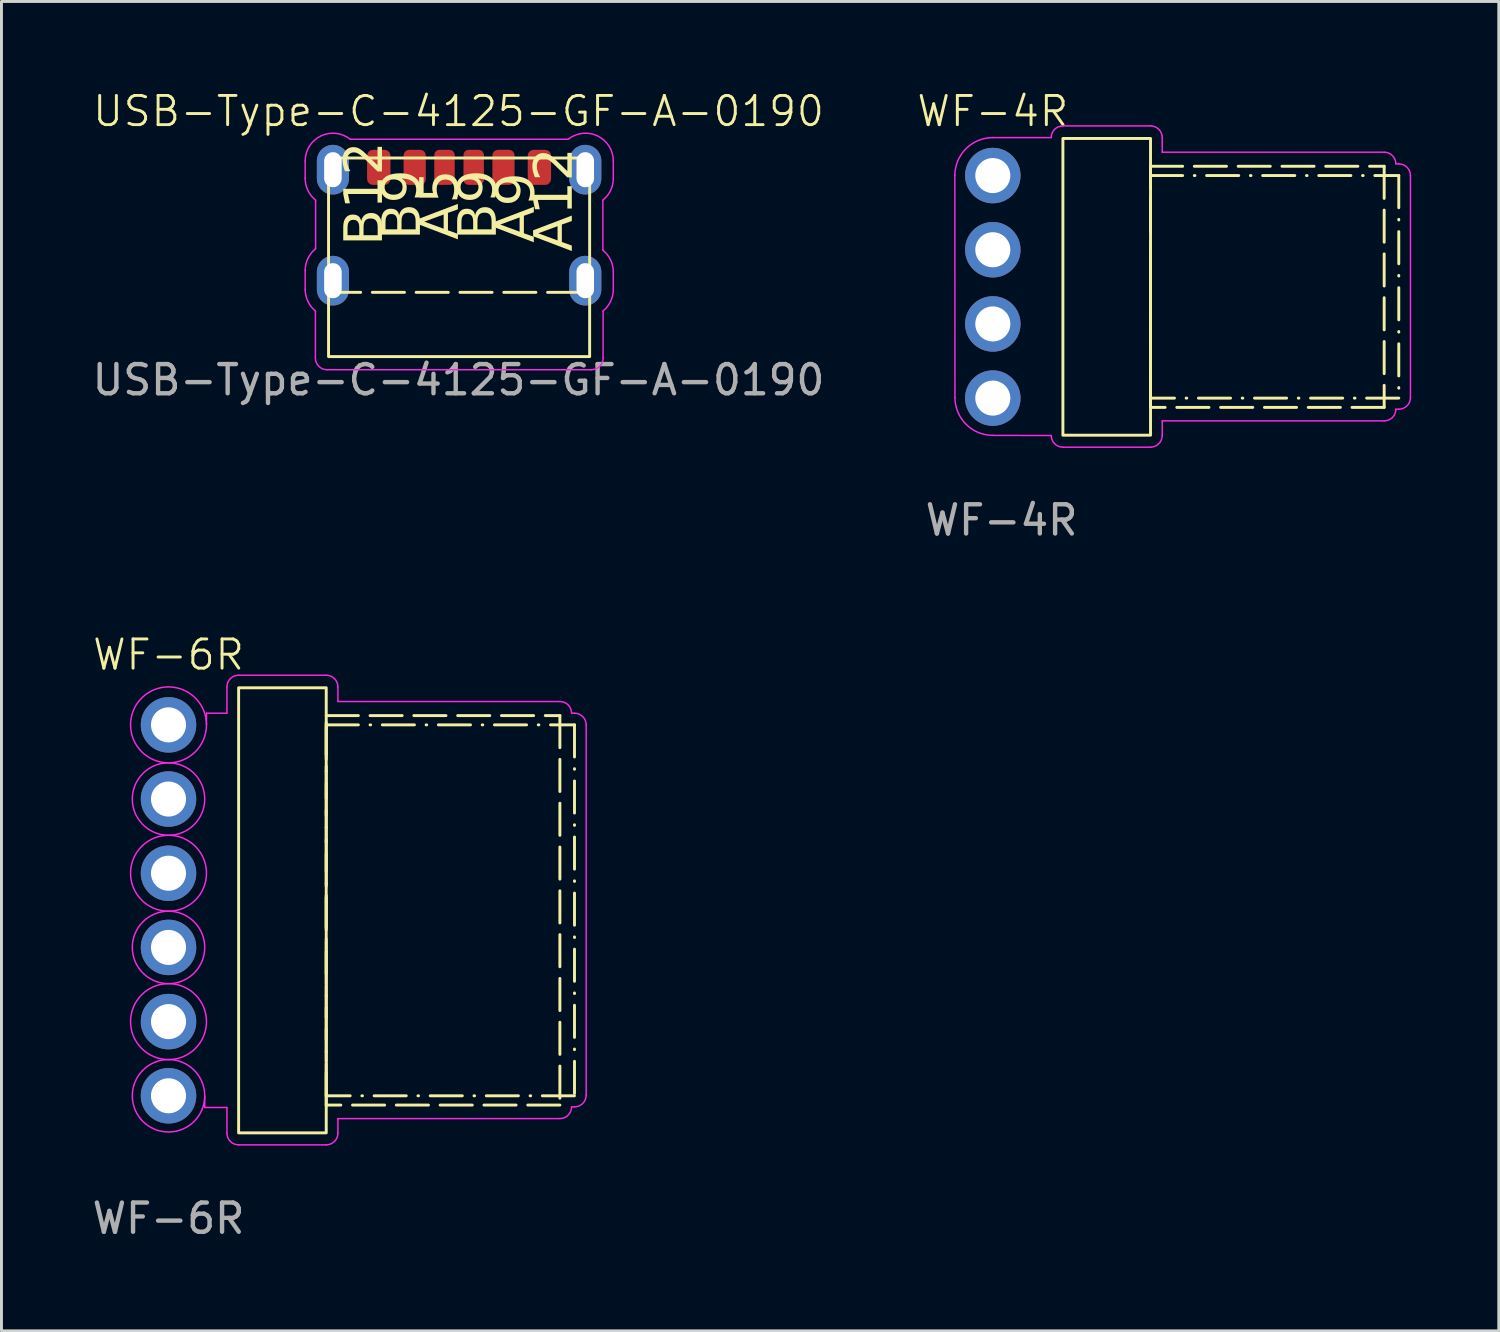
<source format=kicad_pcb>
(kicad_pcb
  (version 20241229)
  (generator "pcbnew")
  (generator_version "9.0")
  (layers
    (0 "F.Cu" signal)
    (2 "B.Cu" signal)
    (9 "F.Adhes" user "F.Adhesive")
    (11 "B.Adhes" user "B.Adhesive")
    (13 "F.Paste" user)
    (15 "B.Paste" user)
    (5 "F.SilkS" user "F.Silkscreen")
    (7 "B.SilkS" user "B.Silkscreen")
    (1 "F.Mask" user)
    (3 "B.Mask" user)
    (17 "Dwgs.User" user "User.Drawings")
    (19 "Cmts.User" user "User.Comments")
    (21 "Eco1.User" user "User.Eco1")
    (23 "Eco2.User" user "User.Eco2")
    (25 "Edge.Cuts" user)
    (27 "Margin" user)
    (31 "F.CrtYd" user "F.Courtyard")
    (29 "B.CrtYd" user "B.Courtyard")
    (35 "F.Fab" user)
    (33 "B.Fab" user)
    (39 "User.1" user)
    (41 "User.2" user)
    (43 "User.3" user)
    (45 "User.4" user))
  (footprint "WF-4R"
    (layer "F.Cu")
    (at 30.943 2.961)
    (property "Reference" "WF-4R" (at 0 -2.2 0) (unlocked yes) (layer "F.SilkS") (effects (font (size 1 1) (thickness 0.1))))
    (attr through_hole)
    (fp_rect (start 2.4 -1.27) (end 5.4 8.89) (stroke (width 0.1) (type solid)) (fill no) (layer "F.SilkS"))
    (fp_rect (start 5.4 -0.318) (end 13.4 7.938) (stroke (width 0.1) (type dash)) (fill no) (layer "F.SilkS"))
    (fp_rect (start 5.4 0) (end 13.9 7.62) (stroke (width 0.1) (type dash_dot)) (fill no) (layer "F.SilkS"))
    (fp_line (start -1.296 7.6) (end -1.3 0) (stroke (width 0.05) (type default)) (layer "F.CrtYd"))
    (fp_line (start -0.000001 -1.3) (end 2 -1.3) (stroke (width 0.05) (type default)) (layer "F.CrtYd"))
    (fp_line (start 0 8.896) (end 2 8.9) (stroke (width 0.05) (type default)) (layer "F.CrtYd"))
    (fp_line (start 2.4 -1.7) (end 5.4 -1.7) (stroke (width 0.05) (type default)) (layer "F.CrtYd"))
    (fp_line (start 2.4 9.3) (end 5.4 9.3) (stroke (width 0.05) (type default)) (layer "F.CrtYd"))
    (fp_line (start 5.8 -1.3) (end 5.8 -0.8) (stroke (width 0.05) (type default)) (layer "F.CrtYd"))
    (fp_line (start 5.8 -0.8) (end 13.4 -0.8) (stroke (width 0.05) (type default)) (layer "F.CrtYd"))
    (fp_line (start 5.8 8.4) (end 13.4 8.4) (stroke (width 0.05) (type default)) (layer "F.CrtYd"))
    (fp_line (start 5.8 8.9) (end 5.8 8.4) (stroke (width 0.05) (type default)) (layer "F.CrtYd"))
    (fp_line (start 13.8 8) (end 13.9 8) (stroke (width 0.05) (type default)) (layer "F.CrtYd"))
    (fp_line (start 13.9 -0.4) (end 13.8 -0.4) (stroke (width 0.05) (type default)) (layer "F.CrtYd"))
    (fp_line (start 14.3 0) (end 14.3 7.6) (stroke (width 0.05) (type default)) (layer "F.CrtYd"))
    (fp_arc (start -1.3 0) (mid -0.919239 -0.919239) (end 0 -1.3) (stroke (width 0.05) (type default)) (layer "F.CrtYd"))
    (fp_arc (start 0 8.895509) (mid -0.916063 8.516063) (end -1.295509 7.6) (stroke (width 0.05) (type default)) (layer "F.CrtYd"))
    (fp_arc (start 2 -1.3) (mid 2.117157 -1.582843) (end 2.4 -1.7) (stroke (width 0.05) (type default)) (layer "F.CrtYd"))
    (fp_arc (start 2.4 9.3) (mid 2.117157 9.182843) (end 2 8.9) (stroke (width 0.05) (type default)) (layer "F.CrtYd"))
    (fp_arc (start 5.4 -1.7) (mid 5.682843 -1.582843) (end 5.8 -1.3) (stroke (width 0.05) (type default)) (layer "F.CrtYd"))
    (fp_arc (start 5.8 8.9) (mid 5.682843 9.182843) (end 5.4 9.3) (stroke (width 0.05) (type default)) (layer "F.CrtYd"))
    (fp_arc (start 13.4 -0.8) (mid 13.682843 -0.682843) (end 13.8 -0.4) (stroke (width 0.05) (type default)) (layer "F.CrtYd"))
    (fp_arc (start 13.8 8) (mid 13.682843 8.282843) (end 13.4 8.4) (stroke (width 0.05) (type default)) (layer "F.CrtYd"))
    (fp_arc (start 13.9 -0.4) (mid 14.182843 -0.282843) (end 14.3 0) (stroke (width 0.05) (type default)) (layer "F.CrtYd"))
    (fp_arc (start 14.3 7.6) (mid 14.182843 7.882843) (end 13.9 8) (stroke (width 0.05) (type default)) (layer "F.CrtYd"))
    (fp_text user "${REFERENCE}" (at 0.3 11.8 0) (unlocked yes) (layer "F.Fab") (effects (font (size 1 1) (thickness 0.15))))
    (pad "1" thru_hole circle (at 0 0) (size 1.9 1.9) (drill 1.2) (layers "*.Cu" "*.Mask"))
    (pad "2" thru_hole circle (at 0 2.54) (size 1.9 1.9) (drill 1.2) (layers "*.Cu" "*.Mask"))
    (pad "3" thru_hole circle (at 0 5.08) (size 1.9 1.9) (drill 1.2) (layers "*.Cu" "*.Mask"))
    (pad "4" thru_hole circle (at 0 7.62) (size 1.9 1.9) (drill 1.2) (layers "*.Cu" "*.Mask")))
  (footprint "WF-6R"
    (layer "F.Cu")
    (at 2.72 21.769)
    (property "Reference" "WF-6R" (at 0 -2.4 0) (unlocked yes) (layer "F.SilkS") (effects (font (size 1 1) (thickness 0.1))))
    (attr smd)
    (fp_rect (start 2.4 -1.27) (end 5.4 13.97) (stroke (width 0.1) (type solid)) (fill no) (layer "F.SilkS"))
    (fp_rect (start 5.4 -0.318) (end 13.4 13.018) (stroke (width 0.1) (type dash)) (fill no) (layer "F.SilkS"))
    (fp_rect (start 5.4 0) (end 13.9 12.7) (stroke (width 0.1) (type dash_dot)) (fill no) (layer "F.SilkS"))
    (fp_line (start 1.24 12.7) (end 1.24 13.1) (stroke (width 0.05) (type solid)) (layer "F.CrtYd"))
    (fp_line (start 1.24 13.1) (end 2 13.1) (stroke (width 0.05) (type solid)) (layer "F.CrtYd"))
    (fp_line (start 1.3 -0.4) (end 2 -0.4) (stroke (width 0.05) (type default)) (layer "F.CrtYd"))
    (fp_line (start 1.3 0) (end 1.3 -0.4) (stroke (width 0.05) (type default)) (layer "F.CrtYd"))
    (fp_line (start 2 -0.4) (end 2 -1.3) (stroke (width 0.05) (type solid)) (layer "F.CrtYd"))
    (fp_line (start 2 13.98) (end 2 13.1) (stroke (width 0.05) (type solid)) (layer "F.CrtYd"))
    (fp_line (start 2.4 -1.7) (end 5.4 -1.7) (stroke (width 0.05) (type solid)) (layer "F.CrtYd"))
    (fp_line (start 2.4 14.38) (end 5.4 14.38) (stroke (width 0.05) (type solid)) (layer "F.CrtYd"))
    (fp_line (start 5.8 -1.3) (end 5.8 -0.8) (stroke (width 0.05) (type default)) (layer "F.CrtYd"))
    (fp_line (start 5.8 -0.8) (end 13.4 -0.8) (stroke (width 0.05) (type default)) (layer "F.CrtYd"))
    (fp_line (start 5.8 13.48) (end 13.4 13.48) (stroke (width 0.05) (type default)) (layer "F.CrtYd"))
    (fp_line (start 5.8 13.98) (end 5.8 13.48) (stroke (width 0.05) (type default)) (layer "F.CrtYd"))
    (fp_line (start 13.8 13.08) (end 13.9 13.08) (stroke (width 0.05) (type default)) (layer "F.CrtYd"))
    (fp_line (start 13.9 -0.4) (end 13.8 -0.4) (stroke (width 0.05) (type default)) (layer "F.CrtYd"))
    (fp_line (start 14.3 0) (end 14.3 12.68) (stroke (width 0.05) (type default)) (layer "F.CrtYd"))
    (fp_arc (start 2 -1.3) (mid 2.117157 -1.582843) (end 2.4 -1.7) (stroke (width 0.05) (type solid)) (layer "F.CrtYd"))
    (fp_arc (start 2.4 14.38) (mid 2.117157 14.262843) (end 2 13.98) (stroke (width 0.05) (type solid)) (layer "F.CrtYd"))
    (fp_arc (start 5.4 -1.7) (mid 5.682843 -1.582843) (end 5.8 -1.3) (stroke (width 0.05) (type default)) (layer "F.CrtYd"))
    (fp_arc (start 5.8 13.98) (mid 5.682843 14.262843) (end 5.4 14.38) (stroke (width 0.05) (type default)) (layer "F.CrtYd"))
    (fp_arc (start 13.4 -0.8) (mid 13.682843 -0.682843) (end 13.8 -0.4) (stroke (width 0.05) (type default)) (layer "F.CrtYd"))
    (fp_arc (start 13.8 13.08) (mid 13.682843 13.362843) (end 13.4 13.48) (stroke (width 0.05) (type default)) (layer "F.CrtYd"))
    (fp_arc (start 13.9 -0.4) (mid 14.182843 -0.282843) (end 14.3 0) (stroke (width 0.05) (type default)) (layer "F.CrtYd"))
    (fp_arc (start 14.3 12.68) (mid 14.182843 12.962843) (end 13.9 13.08) (stroke (width 0.05) (type default)) (layer "F.CrtYd"))
    (fp_circle (center 0 0) (end 0 -1.3) (stroke (width 0.05) (type default)) (fill no) (layer "F.CrtYd"))
    (fp_circle (center 0 2.54) (end 0 1.3) (stroke (width 0.05) (type default)) (fill no) (layer "F.CrtYd"))
    (fp_circle (center 0 5.08) (end 0 3.78) (stroke (width 0.05) (type default)) (fill no) (layer "F.CrtYd"))
    (fp_circle (center 0 7.62) (end 0 6.38) (stroke (width 0.05) (type default)) (fill no) (layer "F.CrtYd"))
    (fp_circle (center 0 10.16) (end 0 8.86) (stroke (width 0.05) (type default)) (fill no) (layer "F.CrtYd"))
    (fp_circle (center 0 12.7) (end 0 11.46) (stroke (width 0.05) (type default)) (fill no) (layer "F.CrtYd"))
    (fp_text user "${REFERENCE}" (at 0 16.9 0) (unlocked yes) (layer "F.Fab") (effects (font (size 1 1) (thickness 0.15))))
    (pad "1" thru_hole circle (at 0 0) (size 1.9 1.9) (drill 1.2) (layers "*.Cu" "*.Mask"))
    (pad "2" thru_hole circle (at 0 2.54) (size 1.9 1.9) (drill 1.2) (layers "*.Cu" "*.Mask"))
    (pad "3" thru_hole circle (at 0 5.08) (size 1.9 1.9) (drill 1.2) (layers "*.Cu" "*.Mask"))
    (pad "3" thru_hole circle (at 0 10.16) (size 1.9 1.9) (drill 1.2) (layers "*.Cu" "*.Mask"))
    (pad "4" thru_hole circle (at 0 7.62) (size 1.9 1.9) (drill 1.2) (layers "*.Cu" "*.Mask"))
    (pad "4" thru_hole circle (at 0 12.7) (size 1.9 1.9) (drill 1.2) (layers "*.Cu" "*.Mask")))
  (footprint "USB-Type-C-4125-GF-A-0190"
    (layer "F.Cu")
    (at 8.349 2.76)
    (property "Reference" "USB-Type-C-4125-GF-A-0190" (at 4.3 -2 0) (unlocked yes) (layer "F.SilkS") (effects (font (size 1 1) (thickness 0.1))))
    (attr smd)
    (fp_line (start -0.15 4.2) (end 8.79 4.2) (stroke (width 0.1) (type dash)) (layer "F.SilkS"))
    (fp_rect (start -0.15 -0.4) (end 8.79 6.4) (stroke (width 0.1) (type solid)) (fill no) (layer "F.SilkS"))
    (fp_line (start -0.95 0.3) (end -0.95 -0.3) (stroke (width 0.05) (type default)) (layer "F.CrtYd"))
    (fp_line (start -0.95 4.1) (end -0.95 3.45) (stroke (width 0.05) (type default)) (layer "F.CrtYd"))
    (fp_line (start -0.6 6.45) (end -0.6 4.85) (stroke (width 0.05) (type default)) (layer "F.CrtYd"))
    (fp_line (start -0.593 2.708) (end -0.593 1.042) (stroke (width 0.05) (type default)) (layer "F.CrtYd"))
    (fp_line (start -0.2 6.85) (end 8.85 6.85) (stroke (width 0.05) (type default)) (layer "F.CrtYd"))
    (fp_line (start 0.593 -1.042) (end 8.057 -1.042) (stroke (width 0.05) (type default)) (layer "F.CrtYd"))
    (fp_line (start 9.243 2.758) (end 9.243 1.042) (stroke (width 0.05) (type default)) (layer "F.CrtYd"))
    (fp_line (start 9.25 6.45) (end 9.25 4.85) (stroke (width 0.05) (type default)) (layer "F.CrtYd"))
    (fp_line (start 9.6 -0.3) (end 9.6 0.3) (stroke (width 0.05) (type default)) (layer "F.CrtYd"))
    (fp_line (start 9.6 4.1) (end 9.6 3.5) (stroke (width 0.05) (type default)) (layer "F.CrtYd"))
    (fp_arc (start -0.95 -0.3) (mid -0.411529 -1.156238) (end 0.59346 -1.041825) (stroke (width 0.05) (type default)) (layer "F.CrtYd"))
    (fp_arc (start -0.95 3.45) (mid -0.856238 3.038471) (end -0.59346 2.708175) (stroke (width 0.05) (type default)) (layer "F.CrtYd"))
    (fp_arc (start -0.59346 1.041825) (mid -0.856238 0.711529) (end -0.95 0.3) (stroke (width 0.05) (type default)) (layer "F.CrtYd"))
    (fp_arc (start -0.59346 4.841825) (mid -0.856238 4.511529) (end -0.95 4.1) (stroke (width 0.05) (type default)) (layer "F.CrtYd"))
    (fp_arc (start -0.2 6.85) (mid -0.482843 6.732843) (end -0.6 6.45) (stroke (width 0.05) (type default)) (layer "F.CrtYd"))
    (fp_arc (start 8.05654 -1.041825) (mid 9.061529 -1.156238) (end 9.6 -0.3) (stroke (width 0.05) (type default)) (layer "F.CrtYd"))
    (fp_arc (start 9.24346 2.758175) (mid 9.506238 3.088471) (end 9.6 3.5) (stroke (width 0.05) (type default)) (layer "F.CrtYd"))
    (fp_arc (start 9.25 6.45) (mid 9.132843 6.732843) (end 8.85 6.85) (stroke (width 0.05) (type default)) (layer "F.CrtYd"))
    (fp_arc (start 9.6 0.3) (mid 9.506238 0.711529) (end 9.24346 1.041825) (stroke (width 0.05) (type default)) (layer "F.CrtYd"))
    (fp_arc (start 9.6 4.1) (mid 9.506238 4.511529) (end 9.24346 4.841825) (stroke (width 0.05) (type default)) (layer "F.CrtYd"))
    (fp_text user "B9" (at 5.8 2.4 90) (unlocked yes) (layer "F.SilkS") (effects (font (face "GOST type A") (size 1.3 1.3) (thickness 0.1)) (justify left bottom)))
    (fp_text user "A5" (at 4.5 2.4 90) (unlocked yes) (layer "F.SilkS") (effects (font (face "GOST type A") (size 1.3 1.3) (thickness 0.1)) (justify left bottom)))
    (fp_text user "B9" (at 3.2 2.4 90) (unlocked yes) (layer "F.SilkS") (effects (font (face "GOST type A") (size 1.3 1.3) (thickness 0.1)) (justify left bottom)))
    (fp_text user "A12" (at 8.4 2.8 90) (unlocked yes) (layer "F.SilkS") (effects (font (face "GOST type A") (size 1.3 1.3) (thickness 0.1)) (justify left bottom)))
    (fp_text user "B12" (at 1.9 2.6 90) (unlocked yes) (layer "F.SilkS") (effects (font (face "GOST type A") (size 1.3 1.3) (thickness 0.1)) (justify left bottom)))
    (fp_text user "A9" (at 7.1 2.5 90) (unlocked yes) (layer "F.SilkS") (effects (font (face "GOST type A") (size 1.3 1.3) (thickness 0.1)) (justify left bottom)))
    (fp_text user "${REFERENCE}" (at 4.3 7.2 0) (unlocked yes) (layer "F.Fab") (effects (font (size 1 1) (thickness 0.15))))
    (pad "1" thru_hole oval (at 0 0) (size 1.1 1.7) (drill oval 0.6 1.2) (property pad_prop_heatsink) (layers "*.Cu" "*.Mask" "F.Paste"))
    (pad "1" thru_hole oval (at 0 3.8) (size 1.1 1.7) (drill oval 0.6 1.2) (property pad_prop_heatsink) (layers "*.Cu" "*.Mask" "F.Paste"))
    (pad "1" smd roundrect (at 1.57 -0.08) (size 0.8 1.2) (layers "F.Cu" "F.Mask" "F.Paste") (roundrect_rratio 0.25))
    (pad "2" smd roundrect (at 2.8 -0.08) (size 0.76 1.2) (layers "F.Cu" "F.Mask" "F.Paste") (roundrect_rratio 0.25))
    (pad "3" smd roundrect (at 3.82 -0.08) (size 0.7 1.2) (layers "F.Cu" "F.Mask" "F.Paste") (roundrect_rratio 0.25))
    (pad "4" smd roundrect (at 4.82 -0.08 180) (size 0.7 1.2) (layers "F.Cu" "F.Mask" "F.Paste") (roundrect_rratio 0.25))
    (pad "5" smd roundrect (at 5.84 -0.08 180) (size 0.76 1.2) (layers "F.Cu" "F.Mask" "F.Paste") (roundrect_rratio 0.25))
    (pad "6" smd roundrect (at 7.07 -0.08 180) (size 0.8 1.2) (layers "F.Cu" "F.Mask" "F.Paste") (roundrect_rratio 0.25))
    (pad "6" thru_hole oval (at 8.64 0) (size 1.1 1.7) (drill oval 0.6 1.2) (property pad_prop_heatsink) (layers "*.Cu" "*.Mask" "F.Paste"))
    (pad "6" thru_hole oval (at 8.64 3.8) (size 1.1 1.7) (drill oval 0.6 1.2) (property pad_prop_heatsink) (layers "*.Cu" "*.Mask" "F.Paste")))
  (gr_rect
    (start -3 -3)
    (end 48.268 42.517)
    (stroke (width 0.1) (type default))
    (fill no)
    (layer "Edge.Cuts")))
</source>
